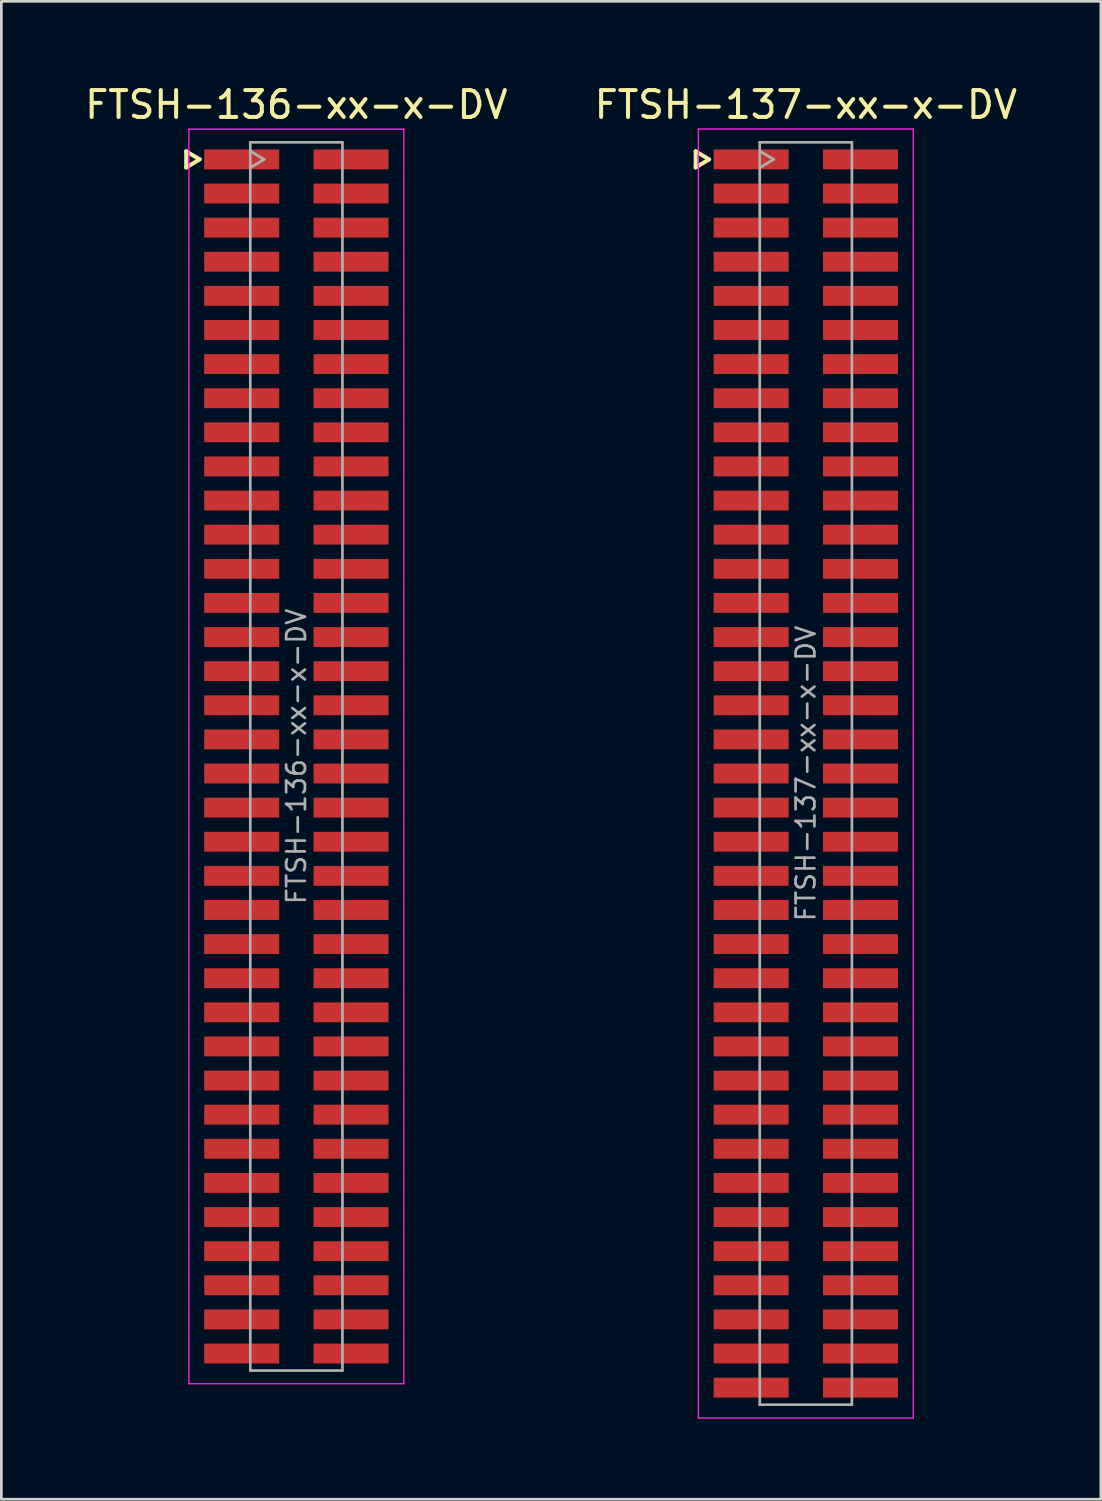
<source format=kicad_pcb>
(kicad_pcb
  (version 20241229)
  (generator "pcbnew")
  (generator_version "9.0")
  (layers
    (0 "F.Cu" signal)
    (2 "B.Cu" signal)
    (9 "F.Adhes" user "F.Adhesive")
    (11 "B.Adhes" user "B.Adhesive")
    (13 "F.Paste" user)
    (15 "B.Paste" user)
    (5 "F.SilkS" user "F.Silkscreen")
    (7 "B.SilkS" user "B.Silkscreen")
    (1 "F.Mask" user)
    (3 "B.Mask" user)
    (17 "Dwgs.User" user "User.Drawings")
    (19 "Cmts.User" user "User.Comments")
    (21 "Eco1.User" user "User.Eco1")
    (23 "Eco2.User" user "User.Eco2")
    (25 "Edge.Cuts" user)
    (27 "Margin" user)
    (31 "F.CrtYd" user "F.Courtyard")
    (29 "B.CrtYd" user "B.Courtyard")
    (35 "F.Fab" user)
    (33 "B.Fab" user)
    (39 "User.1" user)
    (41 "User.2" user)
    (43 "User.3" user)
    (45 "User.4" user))
  (footprint "FTSH-137-xx-x-DV"
    (layer "F.Cu")
    (at 26.946 25.743)
    (property "Reference" "FTSH-137-xx-x-DV" (at 0 -24.895 0) (layer "F.SilkS") (effects (font (size 1 1) (thickness 0.15))))
    (attr smd)
    (fp_line (start -4.1 -23.16) (end -4.1 -22.56) (stroke (width 0.15) (type solid)) (layer "F.SilkS"))
    (fp_line (start -4.1 -22.56) (end -3.6 -22.86) (stroke (width 0.15) (type solid)) (layer "F.SilkS"))
    (fp_line (start -3.6 -22.86) (end -4.1 -23.16) (stroke (width 0.15) (type solid)) (layer "F.SilkS"))
    (fp_line (start -4 -23.99) (end 4 -23.99) (stroke (width 0.05) (type solid)) (layer "F.CrtYd"))
    (fp_line (start -4 23.99) (end -4 -23.99) (stroke (width 0.05) (type solid)) (layer "F.CrtYd"))
    (fp_line (start 4 -23.99) (end 4 23.99) (stroke (width 0.05) (type solid)) (layer "F.CrtYd"))
    (fp_line (start 4 23.99) (end -4 23.99) (stroke (width 0.05) (type solid)) (layer "F.CrtYd"))
    (fp_line (start -1.715 -23.495) (end -1.715 23.495) (stroke (width 0.1) (type solid)) (layer "F.Fab"))
    (fp_line (start -1.715 -23.495) (end 1.715 -23.495) (stroke (width 0.1) (type solid)) (layer "F.Fab"))
    (fp_line (start -1.715 23.495) (end 1.715 23.495) (stroke (width 0.1) (type solid)) (layer "F.Fab"))
    (fp_line (start -1.7 -22.56) (end -1.2 -22.86) (stroke (width 0.1) (type solid)) (layer "F.Fab"))
    (fp_line (start -1.2 -22.86) (end -1.7 -23.16) (stroke (width 0.1) (type solid)) (layer "F.Fab"))
    (fp_line (start 1.715 -23.495) (end 1.715 23.495) (stroke (width 0.1) (type solid)) (layer "F.Fab"))
    (fp_text user "${REFERENCE}" (at 0 0 270) (layer "F.Fab") (effects (font (size 0.7 0.7) (thickness 0.1))))
    (pad "1" smd rect (at -2.035 -22.86) (size 2.79 0.74) (layers "F.Cu" "F.Mask" "F.Paste"))
    (pad "2" smd rect (at 2.035 -22.86) (size 2.79 0.74) (layers "F.Cu" "F.Mask" "F.Paste"))
    (pad "3" smd rect (at -2.035 -21.59) (size 2.79 0.74) (layers "F.Cu" "F.Mask" "F.Paste"))
    (pad "4" smd rect (at 2.035 -21.59) (size 2.79 0.74) (layers "F.Cu" "F.Mask" "F.Paste"))
    (pad "5" smd rect (at -2.035 -20.32) (size 2.79 0.74) (layers "F.Cu" "F.Mask" "F.Paste"))
    (pad "6" smd rect (at 2.035 -20.32) (size 2.79 0.74) (layers "F.Cu" "F.Mask" "F.Paste"))
    (pad "7" smd rect (at -2.035 -19.05) (size 2.79 0.74) (layers "F.Cu" "F.Mask" "F.Paste"))
    (pad "8" smd rect (at 2.035 -19.05) (size 2.79 0.74) (layers "F.Cu" "F.Mask" "F.Paste"))
    (pad "9" smd rect (at -2.035 -17.78) (size 2.79 0.74) (layers "F.Cu" "F.Mask" "F.Paste"))
    (pad "10" smd rect (at 2.035 -17.78) (size 2.79 0.74) (layers "F.Cu" "F.Mask" "F.Paste"))
    (pad "11" smd rect (at -2.035 -16.51) (size 2.79 0.74) (layers "F.Cu" "F.Mask" "F.Paste"))
    (pad "12" smd rect (at 2.035 -16.51) (size 2.79 0.74) (layers "F.Cu" "F.Mask" "F.Paste"))
    (pad "13" smd rect (at -2.035 -15.24) (size 2.79 0.74) (layers "F.Cu" "F.Mask" "F.Paste"))
    (pad "14" smd rect (at 2.035 -15.24) (size 2.79 0.74) (layers "F.Cu" "F.Mask" "F.Paste"))
    (pad "15" smd rect (at -2.035 -13.97) (size 2.79 0.74) (layers "F.Cu" "F.Mask" "F.Paste"))
    (pad "16" smd rect (at 2.035 -13.97) (size 2.79 0.74) (layers "F.Cu" "F.Mask" "F.Paste"))
    (pad "17" smd rect (at -2.035 -12.7) (size 2.79 0.74) (layers "F.Cu" "F.Mask" "F.Paste"))
    (pad "18" smd rect (at 2.035 -12.7) (size 2.79 0.74) (layers "F.Cu" "F.Mask" "F.Paste"))
    (pad "19" smd rect (at -2.035 -11.43) (size 2.79 0.74) (layers "F.Cu" "F.Mask" "F.Paste"))
    (pad "20" smd rect (at 2.035 -11.43) (size 2.79 0.74) (layers "F.Cu" "F.Mask" "F.Paste"))
    (pad "21" smd rect (at -2.035 -10.16) (size 2.79 0.74) (layers "F.Cu" "F.Mask" "F.Paste"))
    (pad "22" smd rect (at 2.035 -10.16) (size 2.79 0.74) (layers "F.Cu" "F.Mask" "F.Paste"))
    (pad "23" smd rect (at -2.035 -8.89) (size 2.79 0.74) (layers "F.Cu" "F.Mask" "F.Paste"))
    (pad "24" smd rect (at 2.035 -8.89) (size 2.79 0.74) (layers "F.Cu" "F.Mask" "F.Paste"))
    (pad "25" smd rect (at -2.035 -7.62) (size 2.79 0.74) (layers "F.Cu" "F.Mask" "F.Paste"))
    (pad "26" smd rect (at 2.035 -7.62) (size 2.79 0.74) (layers "F.Cu" "F.Mask" "F.Paste"))
    (pad "27" smd rect (at -2.035 -6.35) (size 2.79 0.74) (layers "F.Cu" "F.Mask" "F.Paste"))
    (pad "28" smd rect (at 2.035 -6.35) (size 2.79 0.74) (layers "F.Cu" "F.Mask" "F.Paste"))
    (pad "29" smd rect (at -2.035 -5.08) (size 2.79 0.74) (layers "F.Cu" "F.Mask" "F.Paste"))
    (pad "30" smd rect (at 2.035 -5.08) (size 2.79 0.74) (layers "F.Cu" "F.Mask" "F.Paste"))
    (pad "31" smd rect (at -2.035 -3.81) (size 2.79 0.74) (layers "F.Cu" "F.Mask" "F.Paste"))
    (pad "32" smd rect (at 2.035 -3.81) (size 2.79 0.74) (layers "F.Cu" "F.Mask" "F.Paste"))
    (pad "33" smd rect (at -2.035 -2.54) (size 2.79 0.74) (layers "F.Cu" "F.Mask" "F.Paste"))
    (pad "34" smd rect (at 2.035 -2.54) (size 2.79 0.74) (layers "F.Cu" "F.Mask" "F.Paste"))
    (pad "35" smd rect (at -2.035 -1.27) (size 2.79 0.74) (layers "F.Cu" "F.Mask" "F.Paste"))
    (pad "36" smd rect (at 2.035 -1.27) (size 2.79 0.74) (layers "F.Cu" "F.Mask" "F.Paste"))
    (pad "37" smd rect (at -2.035 0) (size 2.79 0.74) (layers "F.Cu" "F.Mask" "F.Paste"))
    (pad "38" smd rect (at 2.035 0) (size 2.79 0.74) (layers "F.Cu" "F.Mask" "F.Paste"))
    (pad "39" smd rect (at -2.035 1.27) (size 2.79 0.74) (layers "F.Cu" "F.Mask" "F.Paste"))
    (pad "40" smd rect (at 2.035 1.27) (size 2.79 0.74) (layers "F.Cu" "F.Mask" "F.Paste"))
    (pad "41" smd rect (at -2.035 2.54) (size 2.79 0.74) (layers "F.Cu" "F.Mask" "F.Paste"))
    (pad "42" smd rect (at 2.035 2.54) (size 2.79 0.74) (layers "F.Cu" "F.Mask" "F.Paste"))
    (pad "43" smd rect (at -2.035 3.81) (size 2.79 0.74) (layers "F.Cu" "F.Mask" "F.Paste"))
    (pad "44" smd rect (at 2.035 3.81) (size 2.79 0.74) (layers "F.Cu" "F.Mask" "F.Paste"))
    (pad "45" smd rect (at -2.035 5.08) (size 2.79 0.74) (layers "F.Cu" "F.Mask" "F.Paste"))
    (pad "46" smd rect (at 2.035 5.08) (size 2.79 0.74) (layers "F.Cu" "F.Mask" "F.Paste"))
    (pad "47" smd rect (at -2.035 6.35) (size 2.79 0.74) (layers "F.Cu" "F.Mask" "F.Paste"))
    (pad "48" smd rect (at 2.035 6.35) (size 2.79 0.74) (layers "F.Cu" "F.Mask" "F.Paste"))
    (pad "49" smd rect (at -2.035 7.62) (size 2.79 0.74) (layers "F.Cu" "F.Mask" "F.Paste"))
    (pad "50" smd rect (at 2.035 7.62) (size 2.79 0.74) (layers "F.Cu" "F.Mask" "F.Paste"))
    (pad "51" smd rect (at -2.035 8.89) (size 2.79 0.74) (layers "F.Cu" "F.Mask" "F.Paste"))
    (pad "52" smd rect (at 2.035 8.89) (size 2.79 0.74) (layers "F.Cu" "F.Mask" "F.Paste"))
    (pad "53" smd rect (at -2.035 10.16) (size 2.79 0.74) (layers "F.Cu" "F.Mask" "F.Paste"))
    (pad "54" smd rect (at 2.035 10.16) (size 2.79 0.74) (layers "F.Cu" "F.Mask" "F.Paste"))
    (pad "55" smd rect (at -2.035 11.43) (size 2.79 0.74) (layers "F.Cu" "F.Mask" "F.Paste"))
    (pad "56" smd rect (at 2.035 11.43) (size 2.79 0.74) (layers "F.Cu" "F.Mask" "F.Paste"))
    (pad "57" smd rect (at -2.035 12.7) (size 2.79 0.74) (layers "F.Cu" "F.Mask" "F.Paste"))
    (pad "58" smd rect (at 2.035 12.7) (size 2.79 0.74) (layers "F.Cu" "F.Mask" "F.Paste"))
    (pad "59" smd rect (at -2.035 13.97) (size 2.79 0.74) (layers "F.Cu" "F.Mask" "F.Paste"))
    (pad "60" smd rect (at 2.035 13.97) (size 2.79 0.74) (layers "F.Cu" "F.Mask" "F.Paste"))
    (pad "61" smd rect (at -2.035 15.24) (size 2.79 0.74) (layers "F.Cu" "F.Mask" "F.Paste"))
    (pad "62" smd rect (at 2.035 15.24) (size 2.79 0.74) (layers "F.Cu" "F.Mask" "F.Paste"))
    (pad "63" smd rect (at -2.035 16.51) (size 2.79 0.74) (layers "F.Cu" "F.Mask" "F.Paste"))
    (pad "64" smd rect (at 2.035 16.51) (size 2.79 0.74) (layers "F.Cu" "F.Mask" "F.Paste"))
    (pad "65" smd rect (at -2.035 17.78) (size 2.79 0.74) (layers "F.Cu" "F.Mask" "F.Paste"))
    (pad "66" smd rect (at 2.035 17.78) (size 2.79 0.74) (layers "F.Cu" "F.Mask" "F.Paste"))
    (pad "67" smd rect (at -2.035 19.05) (size 2.79 0.74) (layers "F.Cu" "F.Mask" "F.Paste"))
    (pad "68" smd rect (at 2.035 19.05) (size 2.79 0.74) (layers "F.Cu" "F.Mask" "F.Paste"))
    (pad "69" smd rect (at -2.035 20.32) (size 2.79 0.74) (layers "F.Cu" "F.Mask" "F.Paste"))
    (pad "70" smd rect (at 2.035 20.32) (size 2.79 0.74) (layers "F.Cu" "F.Mask" "F.Paste"))
    (pad "71" smd rect (at -2.035 21.59) (size 2.79 0.74) (layers "F.Cu" "F.Mask" "F.Paste"))
    (pad "72" smd rect (at 2.035 21.59) (size 2.79 0.74) (layers "F.Cu" "F.Mask" "F.Paste"))
    (pad "73" smd rect (at -2.035 22.86) (size 2.79 0.74) (layers "F.Cu" "F.Mask" "F.Paste"))
    (pad "74" smd rect (at 2.035 22.86) (size 2.79 0.74) (layers "F.Cu" "F.Mask" "F.Paste")))
  (footprint "FTSH-136-xx-x-DV"
    (layer "F.Cu")
    (at 7.982 25.108)
    (property "Reference" "FTSH-136-xx-x-DV" (at 0 -24.26 0) (layer "F.SilkS") (effects (font (size 1 1) (thickness 0.15))))
    (attr smd)
    (fp_line (start -4.1 -22.525) (end -4.1 -21.925) (stroke (width 0.15) (type solid)) (layer "F.SilkS"))
    (fp_line (start -4.1 -21.925) (end -3.6 -22.225) (stroke (width 0.15) (type solid)) (layer "F.SilkS"))
    (fp_line (start -3.6 -22.225) (end -4.1 -22.525) (stroke (width 0.15) (type solid)) (layer "F.SilkS"))
    (fp_line (start -4 -23.35) (end 4 -23.35) (stroke (width 0.05) (type solid)) (layer "F.CrtYd"))
    (fp_line (start -4 23.35) (end -4 -23.35) (stroke (width 0.05) (type solid)) (layer "F.CrtYd"))
    (fp_line (start 4 -23.35) (end 4 23.35) (stroke (width 0.05) (type solid)) (layer "F.CrtYd"))
    (fp_line (start 4 23.35) (end -4 23.35) (stroke (width 0.05) (type solid)) (layer "F.CrtYd"))
    (fp_line (start -1.715 -22.86) (end -1.715 22.86) (stroke (width 0.1) (type solid)) (layer "F.Fab"))
    (fp_line (start -1.715 -22.86) (end 1.715 -22.86) (stroke (width 0.1) (type solid)) (layer "F.Fab"))
    (fp_line (start -1.715 22.86) (end 1.715 22.86) (stroke (width 0.1) (type solid)) (layer "F.Fab"))
    (fp_line (start -1.7 -21.925) (end -1.2 -22.225) (stroke (width 0.1) (type solid)) (layer "F.Fab"))
    (fp_line (start -1.2 -22.225) (end -1.7 -22.525) (stroke (width 0.1) (type solid)) (layer "F.Fab"))
    (fp_line (start 1.715 -22.86) (end 1.715 22.86) (stroke (width 0.1) (type solid)) (layer "F.Fab"))
    (fp_text user "${REFERENCE}" (at 0 0 270) (layer "F.Fab") (effects (font (size 0.7 0.7) (thickness 0.1))))
    (pad "1" smd rect (at -2.035 -22.225) (size 2.79 0.74) (layers "F.Cu" "F.Mask" "F.Paste"))
    (pad "2" smd rect (at 2.035 -22.225) (size 2.79 0.74) (layers "F.Cu" "F.Mask" "F.Paste"))
    (pad "3" smd rect (at -2.035 -20.955) (size 2.79 0.74) (layers "F.Cu" "F.Mask" "F.Paste"))
    (pad "4" smd rect (at 2.035 -20.955) (size 2.79 0.74) (layers "F.Cu" "F.Mask" "F.Paste"))
    (pad "5" smd rect (at -2.035 -19.685) (size 2.79 0.74) (layers "F.Cu" "F.Mask" "F.Paste"))
    (pad "6" smd rect (at 2.035 -19.685) (size 2.79 0.74) (layers "F.Cu" "F.Mask" "F.Paste"))
    (pad "7" smd rect (at -2.035 -18.415) (size 2.79 0.74) (layers "F.Cu" "F.Mask" "F.Paste"))
    (pad "8" smd rect (at 2.035 -18.415) (size 2.79 0.74) (layers "F.Cu" "F.Mask" "F.Paste"))
    (pad "9" smd rect (at -2.035 -17.145) (size 2.79 0.74) (layers "F.Cu" "F.Mask" "F.Paste"))
    (pad "10" smd rect (at 2.035 -17.145) (size 2.79 0.74) (layers "F.Cu" "F.Mask" "F.Paste"))
    (pad "11" smd rect (at -2.035 -15.875) (size 2.79 0.74) (layers "F.Cu" "F.Mask" "F.Paste"))
    (pad "12" smd rect (at 2.035 -15.875) (size 2.79 0.74) (layers "F.Cu" "F.Mask" "F.Paste"))
    (pad "13" smd rect (at -2.035 -14.605) (size 2.79 0.74) (layers "F.Cu" "F.Mask" "F.Paste"))
    (pad "14" smd rect (at 2.035 -14.605) (size 2.79 0.74) (layers "F.Cu" "F.Mask" "F.Paste"))
    (pad "15" smd rect (at -2.035 -13.335) (size 2.79 0.74) (layers "F.Cu" "F.Mask" "F.Paste"))
    (pad "16" smd rect (at 2.035 -13.335) (size 2.79 0.74) (layers "F.Cu" "F.Mask" "F.Paste"))
    (pad "17" smd rect (at -2.035 -12.065) (size 2.79 0.74) (layers "F.Cu" "F.Mask" "F.Paste"))
    (pad "18" smd rect (at 2.035 -12.065) (size 2.79 0.74) (layers "F.Cu" "F.Mask" "F.Paste"))
    (pad "19" smd rect (at -2.035 -10.795) (size 2.79 0.74) (layers "F.Cu" "F.Mask" "F.Paste"))
    (pad "20" smd rect (at 2.035 -10.795) (size 2.79 0.74) (layers "F.Cu" "F.Mask" "F.Paste"))
    (pad "21" smd rect (at -2.035 -9.525) (size 2.79 0.74) (layers "F.Cu" "F.Mask" "F.Paste"))
    (pad "22" smd rect (at 2.035 -9.525) (size 2.79 0.74) (layers "F.Cu" "F.Mask" "F.Paste"))
    (pad "23" smd rect (at -2.035 -8.255) (size 2.79 0.74) (layers "F.Cu" "F.Mask" "F.Paste"))
    (pad "24" smd rect (at 2.035 -8.255) (size 2.79 0.74) (layers "F.Cu" "F.Mask" "F.Paste"))
    (pad "25" smd rect (at -2.035 -6.985) (size 2.79 0.74) (layers "F.Cu" "F.Mask" "F.Paste"))
    (pad "26" smd rect (at 2.035 -6.985) (size 2.79 0.74) (layers "F.Cu" "F.Mask" "F.Paste"))
    (pad "27" smd rect (at -2.035 -5.715) (size 2.79 0.74) (layers "F.Cu" "F.Mask" "F.Paste"))
    (pad "28" smd rect (at 2.035 -5.715) (size 2.79 0.74) (layers "F.Cu" "F.Mask" "F.Paste"))
    (pad "29" smd rect (at -2.035 -4.445) (size 2.79 0.74) (layers "F.Cu" "F.Mask" "F.Paste"))
    (pad "30" smd rect (at 2.035 -4.445) (size 2.79 0.74) (layers "F.Cu" "F.Mask" "F.Paste"))
    (pad "31" smd rect (at -2.035 -3.175) (size 2.79 0.74) (layers "F.Cu" "F.Mask" "F.Paste"))
    (pad "32" smd rect (at 2.035 -3.175) (size 2.79 0.74) (layers "F.Cu" "F.Mask" "F.Paste"))
    (pad "33" smd rect (at -2.035 -1.905) (size 2.79 0.74) (layers "F.Cu" "F.Mask" "F.Paste"))
    (pad "34" smd rect (at 2.035 -1.905) (size 2.79 0.74) (layers "F.Cu" "F.Mask" "F.Paste"))
    (pad "35" smd rect (at -2.035 -0.635) (size 2.79 0.74) (layers "F.Cu" "F.Mask" "F.Paste"))
    (pad "36" smd rect (at 2.035 -0.635) (size 2.79 0.74) (layers "F.Cu" "F.Mask" "F.Paste"))
    (pad "37" smd rect (at -2.035 0.635) (size 2.79 0.74) (layers "F.Cu" "F.Mask" "F.Paste"))
    (pad "38" smd rect (at 2.035 0.635) (size 2.79 0.74) (layers "F.Cu" "F.Mask" "F.Paste"))
    (pad "39" smd rect (at -2.035 1.905) (size 2.79 0.74) (layers "F.Cu" "F.Mask" "F.Paste"))
    (pad "40" smd rect (at 2.035 1.905) (size 2.79 0.74) (layers "F.Cu" "F.Mask" "F.Paste"))
    (pad "41" smd rect (at -2.035 3.175) (size 2.79 0.74) (layers "F.Cu" "F.Mask" "F.Paste"))
    (pad "42" smd rect (at 2.035 3.175) (size 2.79 0.74) (layers "F.Cu" "F.Mask" "F.Paste"))
    (pad "43" smd rect (at -2.035 4.445) (size 2.79 0.74) (layers "F.Cu" "F.Mask" "F.Paste"))
    (pad "44" smd rect (at 2.035 4.445) (size 2.79 0.74) (layers "F.Cu" "F.Mask" "F.Paste"))
    (pad "45" smd rect (at -2.035 5.715) (size 2.79 0.74) (layers "F.Cu" "F.Mask" "F.Paste"))
    (pad "46" smd rect (at 2.035 5.715) (size 2.79 0.74) (layers "F.Cu" "F.Mask" "F.Paste"))
    (pad "47" smd rect (at -2.035 6.985) (size 2.79 0.74) (layers "F.Cu" "F.Mask" "F.Paste"))
    (pad "48" smd rect (at 2.035 6.985) (size 2.79 0.74) (layers "F.Cu" "F.Mask" "F.Paste"))
    (pad "49" smd rect (at -2.035 8.255) (size 2.79 0.74) (layers "F.Cu" "F.Mask" "F.Paste"))
    (pad "50" smd rect (at 2.035 8.255) (size 2.79 0.74) (layers "F.Cu" "F.Mask" "F.Paste"))
    (pad "51" smd rect (at -2.035 9.525) (size 2.79 0.74) (layers "F.Cu" "F.Mask" "F.Paste"))
    (pad "52" smd rect (at 2.035 9.525) (size 2.79 0.74) (layers "F.Cu" "F.Mask" "F.Paste"))
    (pad "53" smd rect (at -2.035 10.795) (size 2.79 0.74) (layers "F.Cu" "F.Mask" "F.Paste"))
    (pad "54" smd rect (at 2.035 10.795) (size 2.79 0.74) (layers "F.Cu" "F.Mask" "F.Paste"))
    (pad "55" smd rect (at -2.035 12.065) (size 2.79 0.74) (layers "F.Cu" "F.Mask" "F.Paste"))
    (pad "56" smd rect (at 2.035 12.065) (size 2.79 0.74) (layers "F.Cu" "F.Mask" "F.Paste"))
    (pad "57" smd rect (at -2.035 13.335) (size 2.79 0.74) (layers "F.Cu" "F.Mask" "F.Paste"))
    (pad "58" smd rect (at 2.035 13.335) (size 2.79 0.74) (layers "F.Cu" "F.Mask" "F.Paste"))
    (pad "59" smd rect (at -2.035 14.605) (size 2.79 0.74) (layers "F.Cu" "F.Mask" "F.Paste"))
    (pad "60" smd rect (at 2.035 14.605) (size 2.79 0.74) (layers "F.Cu" "F.Mask" "F.Paste"))
    (pad "61" smd rect (at -2.035 15.875) (size 2.79 0.74) (layers "F.Cu" "F.Mask" "F.Paste"))
    (pad "62" smd rect (at 2.035 15.875) (size 2.79 0.74) (layers "F.Cu" "F.Mask" "F.Paste"))
    (pad "63" smd rect (at -2.035 17.145) (size 2.79 0.74) (layers "F.Cu" "F.Mask" "F.Paste"))
    (pad "64" smd rect (at 2.035 17.145) (size 2.79 0.74) (layers "F.Cu" "F.Mask" "F.Paste"))
    (pad "65" smd rect (at -2.035 18.415) (size 2.79 0.74) (layers "F.Cu" "F.Mask" "F.Paste"))
    (pad "66" smd rect (at 2.035 18.415) (size 2.79 0.74) (layers "F.Cu" "F.Mask" "F.Paste"))
    (pad "67" smd rect (at -2.035 19.685) (size 2.79 0.74) (layers "F.Cu" "F.Mask" "F.Paste"))
    (pad "68" smd rect (at 2.035 19.685) (size 2.79 0.74) (layers "F.Cu" "F.Mask" "F.Paste"))
    (pad "69" smd rect (at -2.035 20.955) (size 2.79 0.74) (layers "F.Cu" "F.Mask" "F.Paste"))
    (pad "70" smd rect (at 2.035 20.955) (size 2.79 0.74) (layers "F.Cu" "F.Mask" "F.Paste"))
    (pad "71" smd rect (at -2.035 22.225) (size 2.79 0.74) (layers "F.Cu" "F.Mask" "F.Paste"))
    (pad "72" smd rect (at 2.035 22.225) (size 2.79 0.74) (layers "F.Cu" "F.Mask" "F.Paste")))
  (gr_rect
    (start -3 -3)
    (end 37.929 52.758)
    (stroke (width 0.1) (type default))
    (fill no)
    (layer "Edge.Cuts")))
</source>
